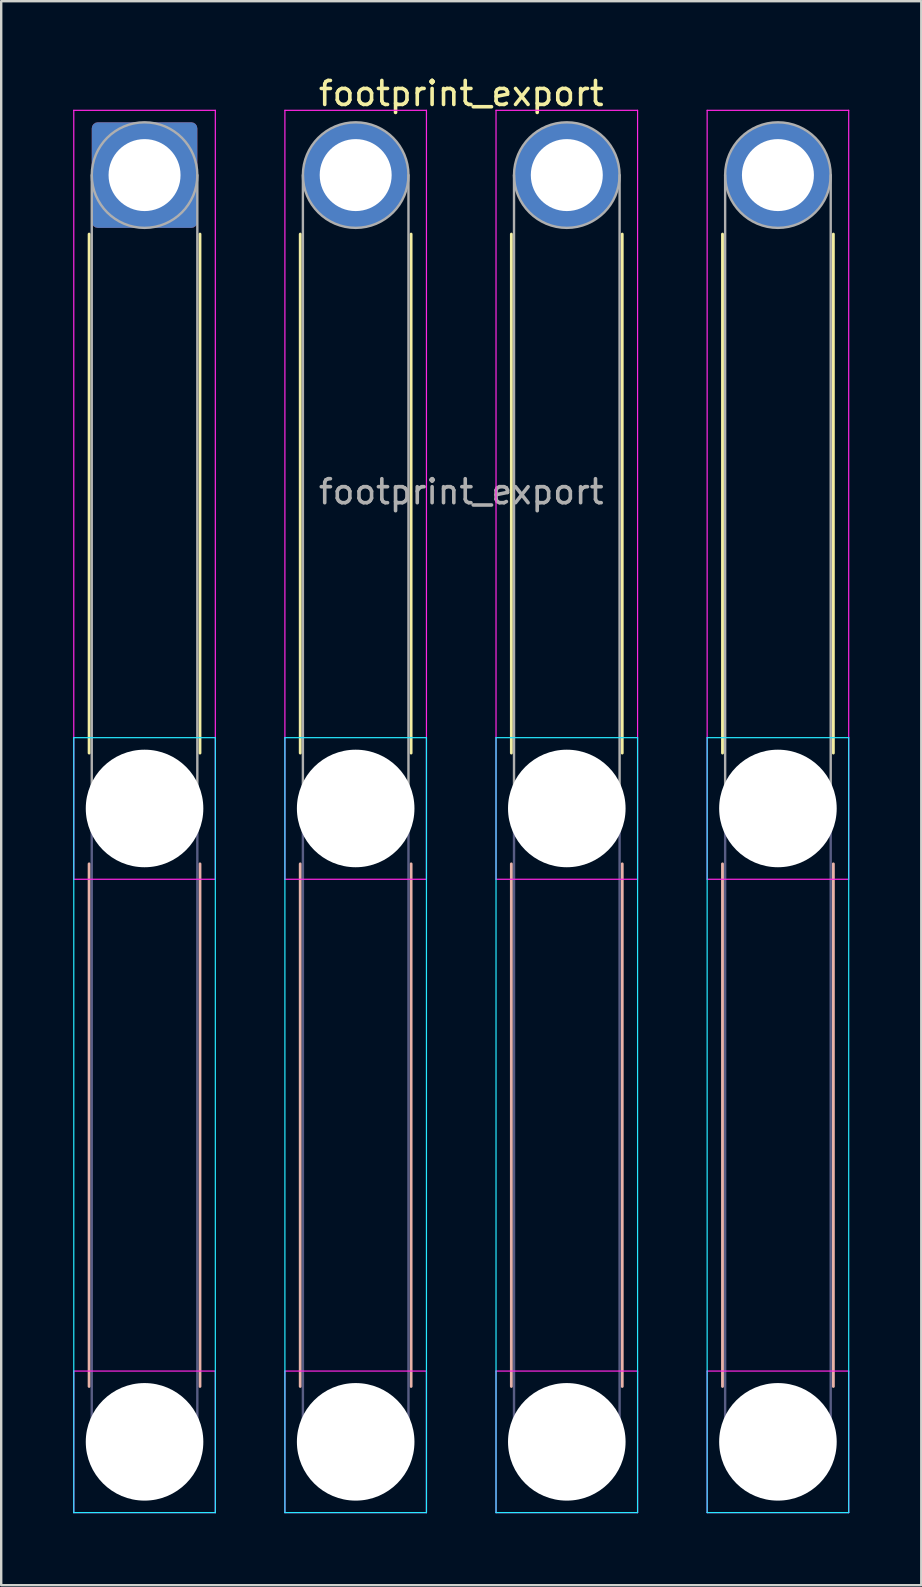
<source format=kicad_pcb>
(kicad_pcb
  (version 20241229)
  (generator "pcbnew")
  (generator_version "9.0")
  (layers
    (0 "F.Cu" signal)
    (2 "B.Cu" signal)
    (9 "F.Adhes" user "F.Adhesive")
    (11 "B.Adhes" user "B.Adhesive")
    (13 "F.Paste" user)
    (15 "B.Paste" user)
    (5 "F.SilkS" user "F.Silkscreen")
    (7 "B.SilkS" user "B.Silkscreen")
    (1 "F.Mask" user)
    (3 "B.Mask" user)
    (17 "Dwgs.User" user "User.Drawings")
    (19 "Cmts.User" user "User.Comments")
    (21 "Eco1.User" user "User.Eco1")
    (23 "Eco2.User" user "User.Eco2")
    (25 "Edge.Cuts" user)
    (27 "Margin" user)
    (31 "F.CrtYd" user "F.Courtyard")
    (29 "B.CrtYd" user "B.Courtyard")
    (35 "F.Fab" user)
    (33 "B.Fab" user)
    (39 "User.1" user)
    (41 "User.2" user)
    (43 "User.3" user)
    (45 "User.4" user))
  (footprint "footprint_export"
    (layer "F.Cu")
    (at 2.975 4.248)
    (property "Reference" "footprint_export" (at 13.2 -3.4 0) (layer "F.SilkS") (effects (font (size 1 1) (thickness 0.15))))
    (attr exclude_from_pos_files exclude_from_bom)
    (fp_line (start -2.31 2.46) (end -2.31 24.09) (stroke (width 0.12) (type solid)) (layer "F.SilkS"))
    (fp_line (start 2.31 2.46) (end 2.31 24.09) (stroke (width 0.12) (type solid)) (layer "F.SilkS"))
    (fp_line (start 6.49 2.46) (end 6.49 24.09) (stroke (width 0.12) (type solid)) (layer "F.SilkS"))
    (fp_line (start 11.11 2.46) (end 11.11 24.09) (stroke (width 0.12) (type solid)) (layer "F.SilkS"))
    (fp_line (start 15.29 2.46) (end 15.29 24.09) (stroke (width 0.12) (type solid)) (layer "F.SilkS"))
    (fp_line (start 19.91 2.46) (end 19.91 24.09) (stroke (width 0.12) (type solid)) (layer "F.SilkS"))
    (fp_line (start 24.09 2.46) (end 24.09 24.09) (stroke (width 0.12) (type solid)) (layer "F.SilkS"))
    (fp_line (start 28.71 2.46) (end 28.71 24.09) (stroke (width 0.12) (type solid)) (layer "F.SilkS"))
    (fp_line (start -2.31 28.71) (end -2.31 50.49) (stroke (width 0.12) (type solid)) (layer "B.SilkS"))
    (fp_line (start 2.31 28.71) (end 2.31 50.49) (stroke (width 0.12) (type solid)) (layer "B.SilkS"))
    (fp_line (start 6.49 28.71) (end 6.49 50.49) (stroke (width 0.12) (type solid)) (layer "B.SilkS"))
    (fp_line (start 11.11 28.71) (end 11.11 50.49) (stroke (width 0.12) (type solid)) (layer "B.SilkS"))
    (fp_line (start 15.29 28.71) (end 15.29 50.49) (stroke (width 0.12) (type solid)) (layer "B.SilkS"))
    (fp_line (start 19.91 28.71) (end 19.91 50.49) (stroke (width 0.12) (type solid)) (layer "B.SilkS"))
    (fp_line (start 24.09 28.71) (end 24.09 50.49) (stroke (width 0.12) (type solid)) (layer "B.SilkS"))
    (fp_line (start 28.71 28.71) (end 28.71 50.49) (stroke (width 0.12) (type solid)) (layer "B.SilkS"))
    (fp_line (start -2.95 23.45) (end -2.95 55.75) (stroke (width 0.05) (type solid)) (layer "B.CrtYd"))
    (fp_line (start -2.95 55.75) (end 2.95 55.75) (stroke (width 0.05) (type solid)) (layer "B.CrtYd"))
    (fp_line (start 2.95 23.45) (end -2.95 23.45) (stroke (width 0.05) (type solid)) (layer "B.CrtYd"))
    (fp_line (start 2.95 55.75) (end 2.95 23.45) (stroke (width 0.05) (type solid)) (layer "B.CrtYd"))
    (fp_line (start 5.85 23.45) (end 5.85 55.75) (stroke (width 0.05) (type solid)) (layer "B.CrtYd"))
    (fp_line (start 5.85 55.75) (end 11.75 55.75) (stroke (width 0.05) (type solid)) (layer "B.CrtYd"))
    (fp_line (start 11.75 23.45) (end 5.85 23.45) (stroke (width 0.05) (type solid)) (layer "B.CrtYd"))
    (fp_line (start 11.75 55.75) (end 11.75 23.45) (stroke (width 0.05) (type solid)) (layer "B.CrtYd"))
    (fp_line (start 14.65 23.45) (end 14.65 55.75) (stroke (width 0.05) (type solid)) (layer "B.CrtYd"))
    (fp_line (start 14.65 55.75) (end 20.55 55.75) (stroke (width 0.05) (type solid)) (layer "B.CrtYd"))
    (fp_line (start 20.55 23.45) (end 14.65 23.45) (stroke (width 0.05) (type solid)) (layer "B.CrtYd"))
    (fp_line (start 20.55 55.75) (end 20.55 23.45) (stroke (width 0.05) (type solid)) (layer "B.CrtYd"))
    (fp_line (start 23.45 23.45) (end 23.45 55.75) (stroke (width 0.05) (type solid)) (layer "B.CrtYd"))
    (fp_line (start 23.45 55.75) (end 29.35 55.75) (stroke (width 0.05) (type solid)) (layer "B.CrtYd"))
    (fp_line (start 29.35 23.45) (end 23.45 23.45) (stroke (width 0.05) (type solid)) (layer "B.CrtYd"))
    (fp_line (start 29.35 55.75) (end 29.35 23.45) (stroke (width 0.05) (type solid)) (layer "B.CrtYd"))
    (fp_line (start -2.95 -2.7) (end -2.95 29.35) (stroke (width 0.05) (type solid)) (layer "F.CrtYd"))
    (fp_line (start -2.95 29.35) (end 2.95 29.35) (stroke (width 0.05) (type solid)) (layer "F.CrtYd"))
    (fp_line (start -2.95 49.85) (end -2.95 55.75) (stroke (width 0.05) (type solid)) (layer "F.CrtYd"))
    (fp_line (start -2.95 55.75) (end 2.95 55.75) (stroke (width 0.05) (type solid)) (layer "F.CrtYd"))
    (fp_line (start 2.95 -2.7) (end -2.95 -2.7) (stroke (width 0.05) (type solid)) (layer "F.CrtYd"))
    (fp_line (start 2.95 29.35) (end 2.95 -2.7) (stroke (width 0.05) (type solid)) (layer "F.CrtYd"))
    (fp_line (start 2.95 49.85) (end -2.95 49.85) (stroke (width 0.05) (type solid)) (layer "F.CrtYd"))
    (fp_line (start 2.95 55.75) (end 2.95 49.85) (stroke (width 0.05) (type solid)) (layer "F.CrtYd"))
    (fp_line (start 5.85 -2.7) (end 5.85 29.35) (stroke (width 0.05) (type solid)) (layer "F.CrtYd"))
    (fp_line (start 5.85 29.35) (end 11.75 29.35) (stroke (width 0.05) (type solid)) (layer "F.CrtYd"))
    (fp_line (start 5.85 49.85) (end 5.85 55.75) (stroke (width 0.05) (type solid)) (layer "F.CrtYd"))
    (fp_line (start 5.85 55.75) (end 11.75 55.75) (stroke (width 0.05) (type solid)) (layer "F.CrtYd"))
    (fp_line (start 11.75 -2.7) (end 5.85 -2.7) (stroke (width 0.05) (type solid)) (layer "F.CrtYd"))
    (fp_line (start 11.75 29.35) (end 11.75 -2.7) (stroke (width 0.05) (type solid)) (layer "F.CrtYd"))
    (fp_line (start 11.75 49.85) (end 5.85 49.85) (stroke (width 0.05) (type solid)) (layer "F.CrtYd"))
    (fp_line (start 11.75 55.75) (end 11.75 49.85) (stroke (width 0.05) (type solid)) (layer "F.CrtYd"))
    (fp_line (start 14.65 -2.7) (end 14.65 29.35) (stroke (width 0.05) (type solid)) (layer "F.CrtYd"))
    (fp_line (start 14.65 29.35) (end 20.55 29.35) (stroke (width 0.05) (type solid)) (layer "F.CrtYd"))
    (fp_line (start 14.65 49.85) (end 14.65 55.75) (stroke (width 0.05) (type solid)) (layer "F.CrtYd"))
    (fp_line (start 14.65 55.75) (end 20.55 55.75) (stroke (width 0.05) (type solid)) (layer "F.CrtYd"))
    (fp_line (start 20.55 -2.7) (end 14.65 -2.7) (stroke (width 0.05) (type solid)) (layer "F.CrtYd"))
    (fp_line (start 20.55 29.35) (end 20.55 -2.7) (stroke (width 0.05) (type solid)) (layer "F.CrtYd"))
    (fp_line (start 20.55 49.85) (end 14.65 49.85) (stroke (width 0.05) (type solid)) (layer "F.CrtYd"))
    (fp_line (start 20.55 55.75) (end 20.55 49.85) (stroke (width 0.05) (type solid)) (layer "F.CrtYd"))
    (fp_line (start 23.45 -2.7) (end 23.45 29.35) (stroke (width 0.05) (type solid)) (layer "F.CrtYd"))
    (fp_line (start 23.45 29.35) (end 29.35 29.35) (stroke (width 0.05) (type solid)) (layer "F.CrtYd"))
    (fp_line (start 23.45 49.85) (end 23.45 55.75) (stroke (width 0.05) (type solid)) (layer "F.CrtYd"))
    (fp_line (start 23.45 55.75) (end 29.35 55.75) (stroke (width 0.05) (type solid)) (layer "F.CrtYd"))
    (fp_line (start 29.35 -2.7) (end 23.45 -2.7) (stroke (width 0.05) (type solid)) (layer "F.CrtYd"))
    (fp_line (start 29.35 29.35) (end 29.35 -2.7) (stroke (width 0.05) (type solid)) (layer "F.CrtYd"))
    (fp_line (start 29.35 49.85) (end 23.45 49.85) (stroke (width 0.05) (type solid)) (layer "F.CrtYd"))
    (fp_line (start 29.35 55.75) (end 29.35 49.85) (stroke (width 0.05) (type solid)) (layer "F.CrtYd"))
    (fp_line (start -2.2 26.4) (end -2.2 52.8) (stroke (width 0.1) (type solid)) (layer "B.Fab"))
    (fp_line (start 2.2 26.4) (end 2.2 52.8) (stroke (width 0.1) (type solid)) (layer "B.Fab"))
    (fp_line (start 6.6 26.4) (end 6.6 52.8) (stroke (width 0.1) (type solid)) (layer "B.Fab"))
    (fp_line (start 11 26.4) (end 11 52.8) (stroke (width 0.1) (type solid)) (layer "B.Fab"))
    (fp_line (start 15.4 26.4) (end 15.4 52.8) (stroke (width 0.1) (type solid)) (layer "B.Fab"))
    (fp_line (start 19.8 26.4) (end 19.8 52.8) (stroke (width 0.1) (type solid)) (layer "B.Fab"))
    (fp_line (start 24.2 26.4) (end 24.2 52.8) (stroke (width 0.1) (type solid)) (layer "B.Fab"))
    (fp_line (start 28.6 26.4) (end 28.6 52.8) (stroke (width 0.1) (type solid)) (layer "B.Fab"))
    (fp_circle (center 0 26.4) (end 2.2 26.4) (stroke (width 0.1) (type solid)) (fill no) (layer "B.Fab"))
    (fp_circle (center 0 52.8) (end 2.2 52.8) (stroke (width 0.1) (type solid)) (fill no) (layer "B.Fab"))
    (fp_circle (center 8.8 26.4) (end 11 26.4) (stroke (width 0.1) (type solid)) (fill no) (layer "B.Fab"))
    (fp_circle (center 8.8 52.8) (end 11 52.8) (stroke (width 0.1) (type solid)) (fill no) (layer "B.Fab"))
    (fp_circle (center 17.6 26.4) (end 19.8 26.4) (stroke (width 0.1) (type solid)) (fill no) (layer "B.Fab"))
    (fp_circle (center 17.6 52.8) (end 19.8 52.8) (stroke (width 0.1) (type solid)) (fill no) (layer "B.Fab"))
    (fp_circle (center 26.4 26.4) (end 28.6 26.4) (stroke (width 0.1) (type solid)) (fill no) (layer "B.Fab"))
    (fp_circle (center 26.4 52.8) (end 28.6 52.8) (stroke (width 0.1) (type solid)) (fill no) (layer "B.Fab"))
    (fp_line (start -2.2 0) (end -2.2 26.4) (stroke (width 0.1) (type solid)) (layer "F.Fab"))
    (fp_line (start 2.2 0) (end 2.2 26.4) (stroke (width 0.1) (type solid)) (layer "F.Fab"))
    (fp_line (start 6.6 0) (end 6.6 26.4) (stroke (width 0.1) (type solid)) (layer "F.Fab"))
    (fp_line (start 11 0) (end 11 26.4) (stroke (width 0.1) (type solid)) (layer "F.Fab"))
    (fp_line (start 15.4 0) (end 15.4 26.4) (stroke (width 0.1) (type solid)) (layer "F.Fab"))
    (fp_line (start 19.8 0) (end 19.8 26.4) (stroke (width 0.1) (type solid)) (layer "F.Fab"))
    (fp_line (start 24.2 0) (end 24.2 26.4) (stroke (width 0.1) (type solid)) (layer "F.Fab"))
    (fp_line (start 28.6 0) (end 28.6 26.4) (stroke (width 0.1) (type solid)) (layer "F.Fab"))
    (fp_circle (center 0 0) (end 2.2 0) (stroke (width 0.1) (type solid)) (fill no) (layer "F.Fab"))
    (fp_circle (center 0 26.4) (end 2.2 26.4) (stroke (width 0.1) (type solid)) (fill no) (layer "F.Fab"))
    (fp_circle (center 0 52.8) (end 2.2 52.8) (stroke (width 0.1) (type solid)) (fill no) (layer "F.Fab"))
    (fp_circle (center 8.8 0) (end 11 0) (stroke (width 0.1) (type solid)) (fill no) (layer "F.Fab"))
    (fp_circle (center 8.8 26.4) (end 11 26.4) (stroke (width 0.1) (type solid)) (fill no) (layer "F.Fab"))
    (fp_circle (center 8.8 52.8) (end 11 52.8) (stroke (width 0.1) (type solid)) (fill no) (layer "F.Fab"))
    (fp_circle (center 17.6 0) (end 19.8 0) (stroke (width 0.1) (type solid)) (fill no) (layer "F.Fab"))
    (fp_circle (center 17.6 26.4) (end 19.8 26.4) (stroke (width 0.1) (type solid)) (fill no) (layer "F.Fab"))
    (fp_circle (center 17.6 52.8) (end 19.8 52.8) (stroke (width 0.1) (type solid)) (fill no) (layer "F.Fab"))
    (fp_circle (center 26.4 0) (end 28.6 0) (stroke (width 0.1) (type solid)) (fill no) (layer "F.Fab"))
    (fp_circle (center 26.4 26.4) (end 28.6 26.4) (stroke (width 0.1) (type solid)) (fill no) (layer "F.Fab"))
    (fp_circle (center 26.4 52.8) (end 28.6 52.8) (stroke (width 0.1) (type solid)) (fill no) (layer "F.Fab"))
    (fp_text user "${REFERENCE}" (at 13.2 13.2 0) (layer "F.Fab") (effects (font (size 1 1) (thickness 0.15))))
    (pad "" np_thru_hole circle (at 0 26.4) (size 4.9 4.9) (drill 4.9) (layers "*.Cu" "*.Mask"))
    (pad "" np_thru_hole circle (at 0 52.8) (size 4.9 4.9) (drill 4.9) (layers "*.Cu" "*.Mask"))
    (pad "" np_thru_hole circle (at 8.8 26.4) (size 4.9 4.9) (drill 4.9) (layers "*.Cu" "*.Mask"))
    (pad "" np_thru_hole circle (at 8.8 52.8) (size 4.9 4.9) (drill 4.9) (layers "*.Cu" "*.Mask"))
    (pad "" np_thru_hole circle (at 17.6 26.4) (size 4.9 4.9) (drill 4.9) (layers "*.Cu" "*.Mask"))
    (pad "" np_thru_hole circle (at 17.6 52.8) (size 4.9 4.9) (drill 4.9) (layers "*.Cu" "*.Mask"))
    (pad "" np_thru_hole circle (at 26.4 26.4) (size 4.9 4.9) (drill 4.9) (layers "*.Cu" "*.Mask"))
    (pad "" np_thru_hole circle (at 26.4 52.8) (size 4.9 4.9) (drill 4.9) (layers "*.Cu" "*.Mask"))
    (pad "1" thru_hole roundrect (at 0 0) (size 4.4 4.4) (drill 3) (layers "*.Cu" "*.Mask") (roundrect_rratio 0.057))
    (pad "2" thru_hole circle (at 8.8 0) (size 4.4 4.4) (drill 3) (layers "*.Cu" "*.Mask"))
    (pad "3" thru_hole circle (at 17.6 0) (size 4.4 4.4) (drill 3) (layers "*.Cu" "*.Mask"))
    (pad "4" thru_hole circle (at 26.4 0) (size 4.4 4.4) (drill 3) (layers "*.Cu" "*.Mask")))
  (gr_rect
    (start -3 -3)
    (end 35.35 63.023)
    (stroke (width 0.1) (type default))
    (fill no)
    (layer "Edge.Cuts")))
</source>
